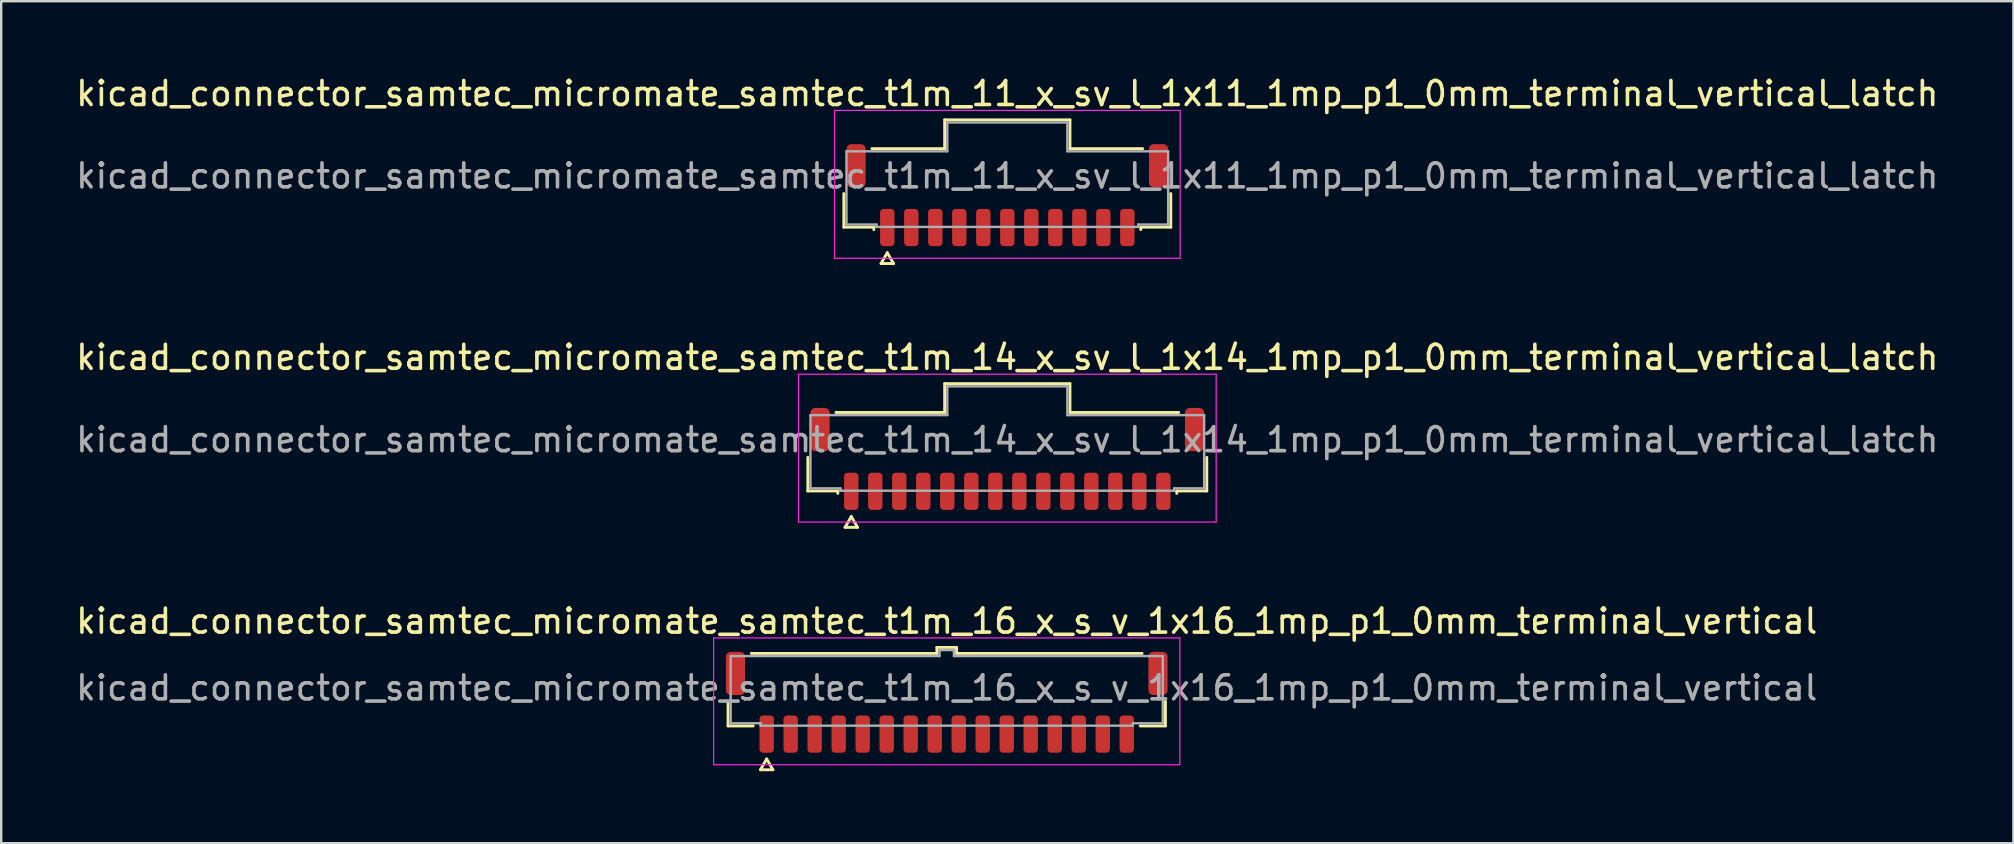
<source format=kicad_pcb>
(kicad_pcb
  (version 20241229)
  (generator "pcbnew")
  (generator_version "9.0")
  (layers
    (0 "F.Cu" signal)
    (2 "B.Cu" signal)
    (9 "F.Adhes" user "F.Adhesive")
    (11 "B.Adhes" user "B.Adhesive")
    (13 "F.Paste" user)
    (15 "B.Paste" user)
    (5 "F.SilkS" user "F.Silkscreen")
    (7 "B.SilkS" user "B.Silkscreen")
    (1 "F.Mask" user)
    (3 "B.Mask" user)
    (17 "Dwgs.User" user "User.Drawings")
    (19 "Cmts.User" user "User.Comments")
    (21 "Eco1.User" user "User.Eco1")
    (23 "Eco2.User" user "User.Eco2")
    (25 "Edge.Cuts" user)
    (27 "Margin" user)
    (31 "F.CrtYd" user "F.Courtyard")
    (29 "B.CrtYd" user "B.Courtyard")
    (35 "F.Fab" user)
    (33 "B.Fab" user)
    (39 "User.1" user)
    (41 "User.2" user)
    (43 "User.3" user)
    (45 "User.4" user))
  (footprint "kicad_connector_samtec_micromate_samtec_t1m_14_x_sv_l_1x14_1mp_p1_0mm_terminal_vertical_latch"
    (layer "F.Cu")
    (at 38.911 15.267)
    (property "Reference" "kicad_connector_samtec_micromate_samtec_t1m_14_x_sv_l_1x14_1mp_p1_0mm_terminal_vertical_latch" (at 0 -3.43 0) (layer "F.SilkS") (effects (font (size 1 1) (thickness 0.15))))
    (attr smd)
    (fp_line (start -8.31 2.135) (end -8.31 0.735) (stroke (width 0.12) (type solid)) (layer "F.SilkS"))
    (fp_line (start -7.14 -1.135) (end -2.61 -1.135) (stroke (width 0.12) (type solid)) (layer "F.SilkS"))
    (fp_line (start -7.06 2.135) (end -8.31 2.135) (stroke (width 0.12) (type solid)) (layer "F.SilkS"))
    (fp_line (start -7.06 2.235) (end -7.06 2.135) (stroke (width 0.12) (type solid)) (layer "F.SilkS"))
    (fp_line (start -6.76 3.65) (end -6.5 3.2) (stroke (width 0.12) (type solid)) (layer "F.SilkS"))
    (fp_line (start -6.5 3.2) (end -6.24 3.65) (stroke (width 0.12) (type solid)) (layer "F.SilkS"))
    (fp_line (start -6.24 3.65) (end -6.76 3.65) (stroke (width 0.12) (type solid)) (layer "F.SilkS"))
    (fp_line (start -2.61 -2.335) (end 2.61 -2.335) (stroke (width 0.12) (type solid)) (layer "F.SilkS"))
    (fp_line (start -2.61 -1.135) (end -2.61 -2.335) (stroke (width 0.12) (type solid)) (layer "F.SilkS"))
    (fp_line (start 2.61 -2.335) (end 2.61 -1.135) (stroke (width 0.12) (type solid)) (layer "F.SilkS"))
    (fp_line (start 2.61 -1.135) (end 7.14 -1.135) (stroke (width 0.12) (type solid)) (layer "F.SilkS"))
    (fp_line (start 7.06 2.135) (end 7.06 2.235) (stroke (width 0.12) (type solid)) (layer "F.SilkS"))
    (fp_line (start 8.31 0.735) (end 8.31 2.135) (stroke (width 0.12) (type solid)) (layer "F.SilkS"))
    (fp_line (start 8.31 2.135) (end 7.06 2.135) (stroke (width 0.12) (type solid)) (layer "F.SilkS"))
    (fp_line (start -8.7 -2.73) (end -8.7 3.43) (stroke (width 0.05) (type solid)) (layer "F.CrtYd"))
    (fp_line (start -8.7 3.43) (end 8.7 3.43) (stroke (width 0.05) (type solid)) (layer "F.CrtYd"))
    (fp_line (start 8.7 -2.73) (end -8.7 -2.73) (stroke (width 0.05) (type solid)) (layer "F.CrtYd"))
    (fp_line (start 8.7 3.43) (end 8.7 -2.73) (stroke (width 0.05) (type solid)) (layer "F.CrtYd"))
    (fp_line (start -8.2 -1.025) (end -2.5 -1.025) (stroke (width 0.1) (type solid)) (layer "F.Fab"))
    (fp_line (start -8.2 2.025) (end -8.2 -1.025) (stroke (width 0.1) (type solid)) (layer "F.Fab"))
    (fp_line (start -6.95 2.025) (end -8.2 2.025) (stroke (width 0.1) (type solid)) (layer "F.Fab"))
    (fp_line (start -6.95 2.125) (end -6.95 2.025) (stroke (width 0.1) (type solid)) (layer "F.Fab"))
    (fp_line (start -2.5 -2.225) (end 2.5 -2.225) (stroke (width 0.1) (type solid)) (layer "F.Fab"))
    (fp_line (start -2.5 -1.025) (end -2.5 -2.225) (stroke (width 0.1) (type solid)) (layer "F.Fab"))
    (fp_line (start 2.5 -2.225) (end 2.5 -1.025) (stroke (width 0.1) (type solid)) (layer "F.Fab"))
    (fp_line (start 2.5 -1.025) (end 8.2 -1.025) (stroke (width 0.1) (type solid)) (layer "F.Fab"))
    (fp_line (start 6.95 2.025) (end 6.95 2.125) (stroke (width 0.1) (type solid)) (layer "F.Fab"))
    (fp_line (start 6.95 2.125) (end -6.95 2.125) (stroke (width 0.1) (type solid)) (layer "F.Fab"))
    (fp_line (start 8.2 -1.025) (end 8.2 2.025) (stroke (width 0.1) (type solid)) (layer "F.Fab"))
    (fp_line (start 8.2 2.025) (end 6.95 2.025) (stroke (width 0.1) (type solid)) (layer "F.Fab"))
    (fp_text user "${REFERENCE}" (at 0 0 0) (layer "F.Fab") (effects (font (size 1 1) (thickness 0.15))))
    (pad "1" smd roundrect (at -6.5 2.15) (size 0.6 1.55) (layers "F.Cu" "F.Mask" "F.Paste") (roundrect_rratio 0.25))
    (pad "2" smd roundrect (at -5.5 2.15) (size 0.6 1.55) (layers "F.Cu" "F.Mask" "F.Paste") (roundrect_rratio 0.25))
    (pad "3" smd roundrect (at -4.5 2.15) (size 0.6 1.55) (layers "F.Cu" "F.Mask" "F.Paste") (roundrect_rratio 0.25))
    (pad "4" smd roundrect (at -3.5 2.15) (size 0.6 1.55) (layers "F.Cu" "F.Mask" "F.Paste") (roundrect_rratio 0.25))
    (pad "5" smd roundrect (at -2.5 2.15) (size 0.6 1.55) (layers "F.Cu" "F.Mask" "F.Paste") (roundrect_rratio 0.25))
    (pad "6" smd roundrect (at -1.5 2.15) (size 0.6 1.55) (layers "F.Cu" "F.Mask" "F.Paste") (roundrect_rratio 0.25))
    (pad "7" smd roundrect (at -0.5 2.15) (size 0.6 1.55) (layers "F.Cu" "F.Mask" "F.Paste") (roundrect_rratio 0.25))
    (pad "8" smd roundrect (at 0.5 2.15) (size 0.6 1.55) (layers "F.Cu" "F.Mask" "F.Paste") (roundrect_rratio 0.25))
    (pad "9" smd roundrect (at 1.5 2.15) (size 0.6 1.55) (layers "F.Cu" "F.Mask" "F.Paste") (roundrect_rratio 0.25))
    (pad "10" smd roundrect (at 2.5 2.15) (size 0.6 1.55) (layers "F.Cu" "F.Mask" "F.Paste") (roundrect_rratio 0.25))
    (pad "11" smd roundrect (at 3.5 2.15) (size 0.6 1.55) (layers "F.Cu" "F.Mask" "F.Paste") (roundrect_rratio 0.25))
    (pad "12" smd roundrect (at 4.5 2.15) (size 0.6 1.55) (layers "F.Cu" "F.Mask" "F.Paste") (roundrect_rratio 0.25))
    (pad "13" smd roundrect (at 5.5 2.15) (size 0.6 1.55) (layers "F.Cu" "F.Mask" "F.Paste") (roundrect_rratio 0.25))
    (pad "14" smd roundrect (at 6.5 2.15) (size 0.6 1.55) (layers "F.Cu" "F.Mask" "F.Paste") (roundrect_rratio 0.25))
    (pad "MP" smd roundrect (at -7.8 -0.425) (size 0.8 1.8) (layers "F.Cu" "F.Mask" "F.Paste") (roundrect_rratio 0.25))
    (pad "MP" smd roundrect (at 7.8 -0.425) (size 0.8 1.8) (layers "F.Cu" "F.Mask" "F.Paste") (roundrect_rratio 0.25)))
  (footprint "kicad_connector_samtec_micromate_samtec_t1m_11_x_sv_l_1x11_1mp_p1_0mm_terminal_vertical_latch"
    (layer "F.Cu")
    (at 38.911 4.278)
    (property "Reference" "kicad_connector_samtec_micromate_samtec_t1m_11_x_sv_l_1x11_1mp_p1_0mm_terminal_vertical_latch" (at 0 -3.43 0) (layer "F.SilkS") (effects (font (size 1 1) (thickness 0.15))))
    (attr smd)
    (fp_line (start -6.81 2.135) (end -6.81 0.735) (stroke (width 0.12) (type solid)) (layer "F.SilkS"))
    (fp_line (start -5.64 -1.135) (end -2.61 -1.135) (stroke (width 0.12) (type solid)) (layer "F.SilkS"))
    (fp_line (start -5.56 2.135) (end -6.81 2.135) (stroke (width 0.12) (type solid)) (layer "F.SilkS"))
    (fp_line (start -5.56 2.235) (end -5.56 2.135) (stroke (width 0.12) (type solid)) (layer "F.SilkS"))
    (fp_line (start -5.26 3.65) (end -5 3.2) (stroke (width 0.12) (type solid)) (layer "F.SilkS"))
    (fp_line (start -5 3.2) (end -4.74 3.65) (stroke (width 0.12) (type solid)) (layer "F.SilkS"))
    (fp_line (start -4.74 3.65) (end -5.26 3.65) (stroke (width 0.12) (type solid)) (layer "F.SilkS"))
    (fp_line (start -2.61 -2.335) (end 2.61 -2.335) (stroke (width 0.12) (type solid)) (layer "F.SilkS"))
    (fp_line (start -2.61 -1.135) (end -2.61 -2.335) (stroke (width 0.12) (type solid)) (layer "F.SilkS"))
    (fp_line (start 2.61 -2.335) (end 2.61 -1.135) (stroke (width 0.12) (type solid)) (layer "F.SilkS"))
    (fp_line (start 2.61 -1.135) (end 5.64 -1.135) (stroke (width 0.12) (type solid)) (layer "F.SilkS"))
    (fp_line (start 5.56 2.135) (end 5.56 2.235) (stroke (width 0.12) (type solid)) (layer "F.SilkS"))
    (fp_line (start 6.81 0.735) (end 6.81 2.135) (stroke (width 0.12) (type solid)) (layer "F.SilkS"))
    (fp_line (start 6.81 2.135) (end 5.56 2.135) (stroke (width 0.12) (type solid)) (layer "F.SilkS"))
    (fp_line (start -7.2 -2.73) (end -7.2 3.43) (stroke (width 0.05) (type solid)) (layer "F.CrtYd"))
    (fp_line (start -7.2 3.43) (end 7.2 3.43) (stroke (width 0.05) (type solid)) (layer "F.CrtYd"))
    (fp_line (start 7.2 -2.73) (end -7.2 -2.73) (stroke (width 0.05) (type solid)) (layer "F.CrtYd"))
    (fp_line (start 7.2 3.43) (end 7.2 -2.73) (stroke (width 0.05) (type solid)) (layer "F.CrtYd"))
    (fp_line (start -6.7 -1.025) (end -2.5 -1.025) (stroke (width 0.1) (type solid)) (layer "F.Fab"))
    (fp_line (start -6.7 2.025) (end -6.7 -1.025) (stroke (width 0.1) (type solid)) (layer "F.Fab"))
    (fp_line (start -5.45 2.025) (end -6.7 2.025) (stroke (width 0.1) (type solid)) (layer "F.Fab"))
    (fp_line (start -5.45 2.125) (end -5.45 2.025) (stroke (width 0.1) (type solid)) (layer "F.Fab"))
    (fp_line (start -2.5 -2.225) (end 2.5 -2.225) (stroke (width 0.1) (type solid)) (layer "F.Fab"))
    (fp_line (start -2.5 -1.025) (end -2.5 -2.225) (stroke (width 0.1) (type solid)) (layer "F.Fab"))
    (fp_line (start 2.5 -2.225) (end 2.5 -1.025) (stroke (width 0.1) (type solid)) (layer "F.Fab"))
    (fp_line (start 2.5 -1.025) (end 6.7 -1.025) (stroke (width 0.1) (type solid)) (layer "F.Fab"))
    (fp_line (start 5.45 2.025) (end 5.45 2.125) (stroke (width 0.1) (type solid)) (layer "F.Fab"))
    (fp_line (start 5.45 2.125) (end -5.45 2.125) (stroke (width 0.1) (type solid)) (layer "F.Fab"))
    (fp_line (start 6.7 -1.025) (end 6.7 2.025) (stroke (width 0.1) (type solid)) (layer "F.Fab"))
    (fp_line (start 6.7 2.025) (end 5.45 2.025) (stroke (width 0.1) (type solid)) (layer "F.Fab"))
    (fp_text user "${REFERENCE}" (at 0 0 0) (layer "F.Fab") (effects (font (size 1 1) (thickness 0.15))))
    (pad "1" smd roundrect (at -5 2.15) (size 0.6 1.55) (layers "F.Cu" "F.Mask" "F.Paste") (roundrect_rratio 0.25))
    (pad "2" smd roundrect (at -4 2.15) (size 0.6 1.55) (layers "F.Cu" "F.Mask" "F.Paste") (roundrect_rratio 0.25))
    (pad "3" smd roundrect (at -3 2.15) (size 0.6 1.55) (layers "F.Cu" "F.Mask" "F.Paste") (roundrect_rratio 0.25))
    (pad "4" smd roundrect (at -2 2.15) (size 0.6 1.55) (layers "F.Cu" "F.Mask" "F.Paste") (roundrect_rratio 0.25))
    (pad "5" smd roundrect (at -1 2.15) (size 0.6 1.55) (layers "F.Cu" "F.Mask" "F.Paste") (roundrect_rratio 0.25))
    (pad "6" smd roundrect (at 0 2.15) (size 0.6 1.55) (layers "F.Cu" "F.Mask" "F.Paste") (roundrect_rratio 0.25))
    (pad "7" smd roundrect (at 1 2.15) (size 0.6 1.55) (layers "F.Cu" "F.Mask" "F.Paste") (roundrect_rratio 0.25))
    (pad "8" smd roundrect (at 2 2.15) (size 0.6 1.55) (layers "F.Cu" "F.Mask" "F.Paste") (roundrect_rratio 0.25))
    (pad "9" smd roundrect (at 3 2.15) (size 0.6 1.55) (layers "F.Cu" "F.Mask" "F.Paste") (roundrect_rratio 0.25))
    (pad "10" smd roundrect (at 4 2.15) (size 0.6 1.55) (layers "F.Cu" "F.Mask" "F.Paste") (roundrect_rratio 0.25))
    (pad "11" smd roundrect (at 5 2.15) (size 0.6 1.55) (layers "F.Cu" "F.Mask" "F.Paste") (roundrect_rratio 0.25))
    (pad "MP" smd roundrect (at -6.3 -0.425) (size 0.8 1.8) (layers "F.Cu" "F.Mask" "F.Paste") (roundrect_rratio 0.25))
    (pad "MP" smd roundrect (at 6.3 -0.425) (size 0.8 1.8) (layers "F.Cu" "F.Mask" "F.Paste") (roundrect_rratio 0.25)))
  (footprint "kicad_connector_samtec_micromate_samtec_t1m_16_x_s_v_1x16_1mp_p1_0mm_terminal_vertical"
    (layer "F.Cu")
    (at 36.387 25.605)
    (property "Reference" "kicad_connector_samtec_micromate_samtec_t1m_16_x_s_v_1x16_1mp_p1_0mm_terminal_vertical" (at 0 -2.78 0) (layer "F.SilkS") (effects (font (size 1 1) (thickness 0.15))))
    (attr smd)
    (fp_line (start -9.11 1.585) (end -9.11 0.56) (stroke (width 0.12) (type solid)) (layer "F.SilkS"))
    (fp_line (start -8.14 -1.435) (end -0.41 -1.435) (stroke (width 0.12) (type solid)) (layer "F.SilkS"))
    (fp_line (start -8.06 1.585) (end -9.11 1.585) (stroke (width 0.12) (type solid)) (layer "F.SilkS"))
    (fp_line (start -7.76 3.41) (end -7.5 2.96) (stroke (width 0.12) (type solid)) (layer "F.SilkS"))
    (fp_line (start -7.5 2.96) (end -7.24 3.41) (stroke (width 0.12) (type solid)) (layer "F.SilkS"))
    (fp_line (start -7.24 3.41) (end -7.76 3.41) (stroke (width 0.12) (type solid)) (layer "F.SilkS"))
    (fp_line (start -0.41 -1.685) (end 0.41 -1.685) (stroke (width 0.12) (type solid)) (layer "F.SilkS"))
    (fp_line (start -0.41 -1.435) (end -0.41 -1.685) (stroke (width 0.12) (type solid)) (layer "F.SilkS"))
    (fp_line (start 0.41 -1.685) (end 0.41 -1.435) (stroke (width 0.12) (type solid)) (layer "F.SilkS"))
    (fp_line (start 0.41 -1.435) (end 8.14 -1.435) (stroke (width 0.12) (type solid)) (layer "F.SilkS"))
    (fp_line (start 9.11 0.56) (end 9.11 1.585) (stroke (width 0.12) (type solid)) (layer "F.SilkS"))
    (fp_line (start 9.11 1.585) (end 8.06 1.585) (stroke (width 0.12) (type solid)) (layer "F.SilkS"))
    (fp_line (start -9.71 -2.08) (end -9.71 3.2) (stroke (width 0.05) (type solid)) (layer "F.CrtYd"))
    (fp_line (start -9.71 3.2) (end 9.71 3.2) (stroke (width 0.05) (type solid)) (layer "F.CrtYd"))
    (fp_line (start 9.71 -2.08) (end -9.71 -2.08) (stroke (width 0.05) (type solid)) (layer "F.CrtYd"))
    (fp_line (start 9.71 3.2) (end 9.71 -2.08) (stroke (width 0.05) (type solid)) (layer "F.CrtYd"))
    (fp_line (start -9 -1.325) (end -0.3 -1.325) (stroke (width 0.1) (type solid)) (layer "F.Fab"))
    (fp_line (start -9 1.475) (end -9 -1.325) (stroke (width 0.1) (type solid)) (layer "F.Fab"))
    (fp_line (start -7.75 1.475) (end -9 1.475) (stroke (width 0.1) (type solid)) (layer "F.Fab"))
    (fp_line (start -7.75 1.575) (end -7.75 1.475) (stroke (width 0.1) (type solid)) (layer "F.Fab"))
    (fp_line (start -0.3 -1.575) (end 0.3 -1.575) (stroke (width 0.1) (type solid)) (layer "F.Fab"))
    (fp_line (start -0.3 -1.325) (end -0.3 -1.575) (stroke (width 0.1) (type solid)) (layer "F.Fab"))
    (fp_line (start 0.3 -1.575) (end 0.3 -1.325) (stroke (width 0.1) (type solid)) (layer "F.Fab"))
    (fp_line (start 0.3 -1.325) (end 9 -1.325) (stroke (width 0.1) (type solid)) (layer "F.Fab"))
    (fp_line (start 7.75 1.475) (end 7.75 1.575) (stroke (width 0.1) (type solid)) (layer "F.Fab"))
    (fp_line (start 7.75 1.575) (end -7.75 1.575) (stroke (width 0.1) (type solid)) (layer "F.Fab"))
    (fp_line (start 9 -1.325) (end 9 1.475) (stroke (width 0.1) (type solid)) (layer "F.Fab"))
    (fp_line (start 9 1.475) (end 7.75 1.475) (stroke (width 0.1) (type solid)) (layer "F.Fab"))
    (fp_text user "${REFERENCE}" (at 0 0 0) (layer "F.Fab") (effects (font (size 1 1) (thickness 0.15))))
    (pad "1" smd roundrect (at -7.5 1.925) (size 0.6 1.55) (layers "F.Cu" "F.Mask" "F.Paste") (roundrect_rratio 0.25))
    (pad "2" smd roundrect (at -6.5 1.925) (size 0.6 1.55) (layers "F.Cu" "F.Mask" "F.Paste") (roundrect_rratio 0.25))
    (pad "3" smd roundrect (at -5.5 1.925) (size 0.6 1.55) (layers "F.Cu" "F.Mask" "F.Paste") (roundrect_rratio 0.25))
    (pad "4" smd roundrect (at -4.5 1.925) (size 0.6 1.55) (layers "F.Cu" "F.Mask" "F.Paste") (roundrect_rratio 0.25))
    (pad "5" smd roundrect (at -3.5 1.925) (size 0.6 1.55) (layers "F.Cu" "F.Mask" "F.Paste") (roundrect_rratio 0.25))
    (pad "6" smd roundrect (at -2.5 1.925) (size 0.6 1.55) (layers "F.Cu" "F.Mask" "F.Paste") (roundrect_rratio 0.25))
    (pad "7" smd roundrect (at -1.5 1.925) (size 0.6 1.55) (layers "F.Cu" "F.Mask" "F.Paste") (roundrect_rratio 0.25))
    (pad "8" smd roundrect (at -0.5 1.925) (size 0.6 1.55) (layers "F.Cu" "F.Mask" "F.Paste") (roundrect_rratio 0.25))
    (pad "9" smd roundrect (at 0.5 1.925) (size 0.6 1.55) (layers "F.Cu" "F.Mask" "F.Paste") (roundrect_rratio 0.25))
    (pad "10" smd roundrect (at 1.5 1.925) (size 0.6 1.55) (layers "F.Cu" "F.Mask" "F.Paste") (roundrect_rratio 0.25))
    (pad "11" smd roundrect (at 2.5 1.925) (size 0.6 1.55) (layers "F.Cu" "F.Mask" "F.Paste") (roundrect_rratio 0.25))
    (pad "12" smd roundrect (at 3.5 1.925) (size 0.6 1.55) (layers "F.Cu" "F.Mask" "F.Paste") (roundrect_rratio 0.25))
    (pad "13" smd roundrect (at 4.5 1.925) (size 0.6 1.55) (layers "F.Cu" "F.Mask" "F.Paste") (roundrect_rratio 0.25))
    (pad "14" smd roundrect (at 5.5 1.925) (size 0.6 1.55) (layers "F.Cu" "F.Mask" "F.Paste") (roundrect_rratio 0.25))
    (pad "15" smd roundrect (at 6.5 1.925) (size 0.6 1.55) (layers "F.Cu" "F.Mask" "F.Paste") (roundrect_rratio 0.25))
    (pad "16" smd roundrect (at 7.5 1.925) (size 0.6 1.55) (layers "F.Cu" "F.Mask" "F.Paste") (roundrect_rratio 0.25))
    (pad "MP" smd roundrect (at -8.8 -0.6) (size 0.8 1.8) (layers "F.Cu" "F.Mask" "F.Paste") (roundrect_rratio 0.25))
    (pad "MP" smd roundrect (at 8.8 -0.6) (size 0.8 1.8) (layers "F.Cu" "F.Mask" "F.Paste") (roundrect_rratio 0.25)))
  (gr_rect
    (start -3 -3)
    (end 80.821 32.075)
    (stroke (width 0.1) (type default))
    (fill no)
    (layer "Edge.Cuts")))
</source>
